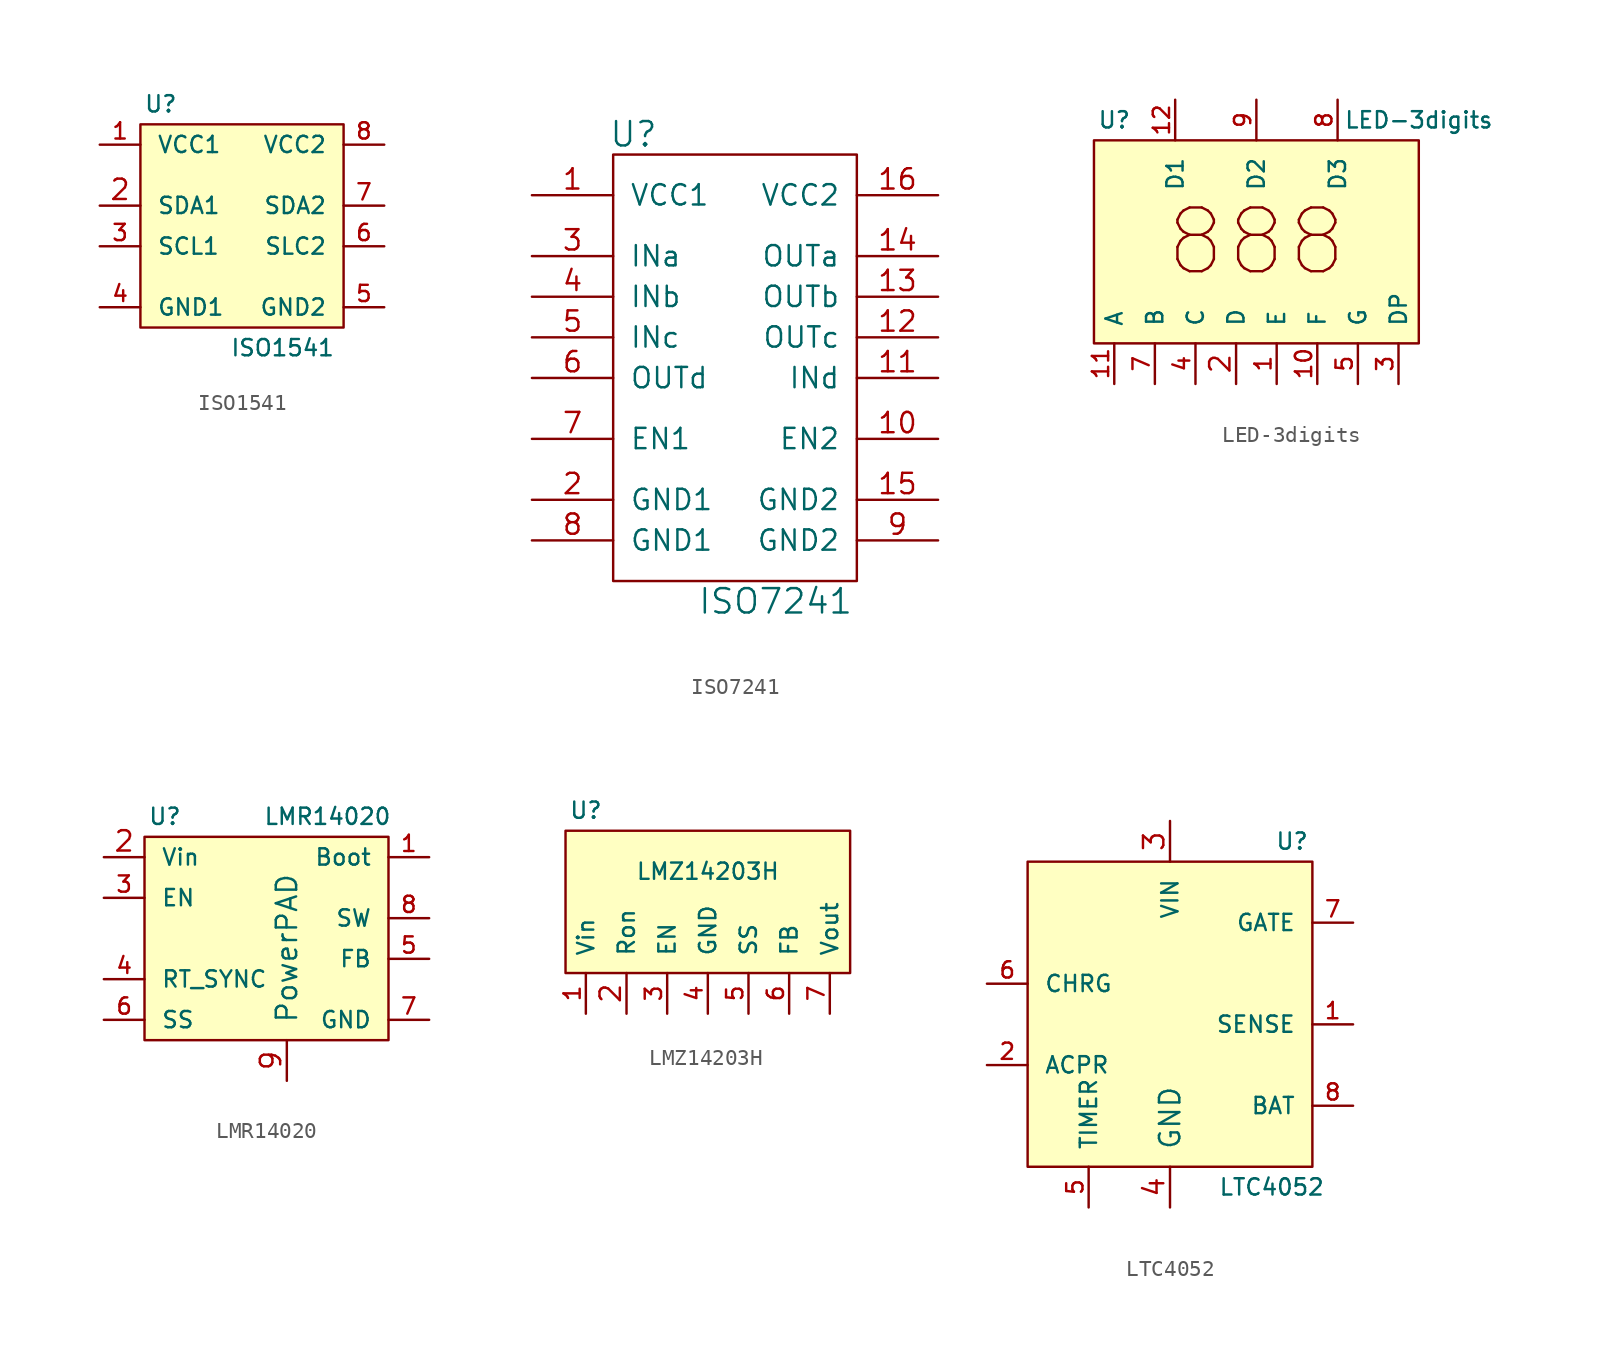
<source format=kicad_sym>
(kicad_symbol_lib
  (version 20211014)
  (generator kicad_symbol_editor)
  (symbol "ISO1541"
    (pin_names
      (offset 1.016))
    (property "Reference" "U"
      (at -5.08 7.62 0)
      (effects (font (size 1.016 1.016))))
    (property "Value" "ISO1541"
      (at 2.54 -7.62 0)
      (effects (font (size 1.016 1.016))))
    (property "Footprint" ""
      (at 0 0 0)
      (effects (font (size 1.524 1.524))))
    (property "Datasheet" ""
      (at 0 0 0)
      (effects (font (size 1.524 1.524))))
    (symbol "ISO1541_0_1"
      (polyline (pts (xy -6.35 6.35) (xy 6.35 6.35) (xy 6.35 -6.35) (xy -6.35 -6.35) (xy -6.35 6.35)) (stroke (width 0) (type default) (color 0 0 0 0)) (fill (type background))))
    (symbol "ISO1541_1_1"
      (pin power_in line (at -8.89 5.08 0) (length 2.54) (name "VCC1" (effects (font (size 1.016 1.016)))) (number "1" (effects (font (size 1.016 1.016)))))
      (pin bidirectional line (at -8.89 1.27 0) (length 2.54) (name "SDA1" (effects (font (size 1.016 1.016)))) (number "2" (effects (font (size 1.27 1.27)))))
      (pin input line (at -8.89 -1.27 0) (length 2.54) (name "SCL1" (effects (font (size 1.016 1.016)))) (number "3" (effects (font (size 1.016 1.016)))))
      (pin power_in line (at -8.89 -5.08 0) (length 2.54) (name "GND1" (effects (font (size 1.016 1.016)))) (number "4" (effects (font (size 1.016 1.016)))))
      (pin power_in line (at 8.89 -5.08 180) (length 2.54) (name "GND2" (effects (font (size 1.016 1.016)))) (number "5" (effects (font (size 1.016 1.016)))))
      (pin output line (at 8.89 -1.27 180) (length 2.54) (name "SLC2" (effects (font (size 1.016 1.016)))) (number "6" (effects (font (size 1.016 1.016)))))
      (pin bidirectional line (at 8.89 1.27 180) (length 2.54) (name "SDA2" (effects (font (size 1.016 1.016)))) (number "7" (effects (font (size 1.016 1.016)))))
      (pin power_in line (at 8.89 5.08 180) (length 2.54) (name "VCC2" (effects (font (size 1.016 1.016)))) (number "8" (effects (font (size 1.016 1.016)))))))
  (symbol "ISO7241"
    (pin_names
      (offset 1.016))
    (property "Reference" "U"
      (at -6.35 13.97 0)
      (effects (font (size 1.524 1.524))))
    (property "Value" "ISO7241"
      (at 2.54 -15.24 0)
      (effects (font (size 1.524 1.524))))
    (property "Footprint" ""
      (at 0 -1.27 0)
      (effects (font (size 1.524 1.524))))
    (property "Datasheet" ""
      (at 0 -1.27 0)
      (effects (font (size 1.524 1.524))))
    (symbol "ISO7241_0_1"
      (polyline (pts (xy -7.62 12.7) (xy 7.62 12.7) (xy 7.62 -13.97) (xy -7.62 -13.97) (xy -7.62 12.7)) (stroke (width 0) (type default) (color 0 0 0 0)) (fill (type none))))
    (symbol "ISO7241_1_1"
      (pin power_in line (at -12.7 10.16 0) (length 5.08) (name "VCC1" (effects (font (size 1.27 1.27)))) (number "1" (effects (font (size 1.27 1.27)))))
      (pin input line (at 12.7 -5.08 180) (length 5.08) (name "EN2" (effects (font (size 1.27 1.27)))) (number "10" (effects (font (size 1.27 1.27)))))
      (pin input line (at 12.7 -1.27 180) (length 5.08) (name "INd" (effects (font (size 1.27 1.27)))) (number "11" (effects (font (size 1.27 1.27)))))
      (pin output line (at 12.7 1.27 180) (length 5.08) (name "OUTc" (effects (font (size 1.27 1.27)))) (number "12" (effects (font (size 1.27 1.27)))))
      (pin output line (at 12.7 3.81 180) (length 5.08) (name "OUTb" (effects (font (size 1.27 1.27)))) (number "13" (effects (font (size 1.27 1.27)))))
      (pin output line (at 12.7 6.35 180) (length 5.08) (name "OUTa" (effects (font (size 1.27 1.27)))) (number "14" (effects (font (size 1.27 1.27)))))
      (pin power_in line (at 12.7 -8.89 180) (length 5.08) (name "GND2" (effects (font (size 1.27 1.27)))) (number "15" (effects (font (size 1.27 1.27)))))
      (pin power_in line (at 12.7 10.16 180) (length 5.08) (name "VCC2" (effects (font (size 1.27 1.27)))) (number "16" (effects (font (size 1.27 1.27)))))
      (pin power_in line (at -12.7 -8.89 0) (length 5.08) (name "GND1" (effects (font (size 1.27 1.27)))) (number "2" (effects (font (size 1.27 1.27)))))
      (pin input line (at -12.7 6.35 0) (length 5.08) (name "INa" (effects (font (size 1.27 1.27)))) (number "3" (effects (font (size 1.27 1.27)))))
      (pin input line (at -12.7 3.81 0) (length 5.08) (name "INb" (effects (font (size 1.27 1.27)))) (number "4" (effects (font (size 1.27 1.27)))))
      (pin input line (at -12.7 1.27 0) (length 5.08) (name "INc" (effects (font (size 1.27 1.27)))) (number "5" (effects (font (size 1.27 1.27)))))
      (pin output line (at -12.7 -1.27 0) (length 5.08) (name "OUTd" (effects (font (size 1.27 1.27)))) (number "6" (effects (font (size 1.27 1.27)))))
      (pin input line (at -12.7 -5.08 0) (length 5.08) (name "EN1" (effects (font (size 1.27 1.27)))) (number "7" (effects (font (size 1.27 1.27)))))
      (pin power_in line (at -12.7 -11.43 0) (length 5.08) (name "GND1" (effects (font (size 1.27 1.27)))) (number "8" (effects (font (size 1.27 1.27)))))
      (pin power_in line (at 12.7 -11.43 180) (length 5.08) (name "GND2" (effects (font (size 1.27 1.27)))) (number "9" (effects (font (size 1.27 1.27)))))))
  (symbol "LED-3digits"
    (pin_names
      (offset 1.016))
    (property "Reference" "U"
      (at -8.89 7.62 0)
      (effects (font (size 1.016 1.016))))
    (property "Value" "LED-3digits"
      (at 10.16 7.62 0)
      (effects (font (size 1.016 1.016))))
    (property "Footprint" ""
      (at 0 0 0)
      (effects (font (size 1.524 1.524))))
    (property "Datasheet" ""
      (at 0 0 0)
      (effects (font (size 1.524 1.524))))
    (symbol "LED-3digits_0_0"
      (text "888" (at 0 0 0) (effects (font (size 3.988 3.988)))))
    (symbol "LED-3digits_0_1"
      (polyline (pts (xy -10.16 6.35) (xy 10.16 6.35) (xy 10.16 -6.35) (xy -10.16 -6.35) (xy -10.16 6.35)) (stroke (width 0) (type default) (color 0 0 0 0)) (fill (type background))))
    (symbol "LED-3digits_1_1"
      (pin input line (at 1.27 -8.89 90) (length 2.54) (name "E" (effects (font (size 1.016 1.016)))) (number "1" (effects (font (size 1.016 1.016)))))
      (pin input line (at 3.81 -8.89 90) (length 2.54) (name "F" (effects (font (size 1.016 1.016)))) (number "10" (effects (font (size 1.016 1.016)))))
      (pin input line (at -8.89 -8.89 90) (length 2.54) (name "A" (effects (font (size 1.016 1.016)))) (number "11" (effects (font (size 1.016 1.016)))))
      (pin input line (at -5.08 8.89 270) (length 2.54) (name "D1" (effects (font (size 1.016 1.016)))) (number "12" (effects (font (size 1.016 1.016)))))
      (pin input line (at -1.27 -8.89 90) (length 2.54) (name "D" (effects (font (size 1.016 1.016)))) (number "2" (effects (font (size 1.27 1.27)))))
      (pin input line (at 8.89 -8.89 90) (length 2.54) (name "DP" (effects (font (size 1.016 1.016)))) (number "3" (effects (font (size 1.016 1.016)))))
      (pin input line (at -3.81 -8.89 90) (length 2.54) (name "C" (effects (font (size 1.016 1.016)))) (number "4" (effects (font (size 1.016 1.016)))))
      (pin input line (at 6.35 -8.89 90) (length 2.54) (name "G" (effects (font (size 1.016 1.016)))) (number "5" (effects (font (size 1.016 1.016)))))
      (pin input line (at -6.35 -8.89 90) (length 2.54) (name "B" (effects (font (size 1.016 1.016)))) (number "7" (effects (font (size 1.016 1.016)))))
      (pin input line (at 5.08 8.89 270) (length 2.54) (name "D3" (effects (font (size 1.016 1.016)))) (number "8" (effects (font (size 1.016 1.016)))))
      (pin input line (at 0 8.89 270) (length 2.54) (name "D2" (effects (font (size 1.016 1.016)))) (number "9" (effects (font (size 1.016 1.016)))))))
  (symbol "LMR14020"
    (pin_names
      (offset 1.016))
    (property "Reference" "U"
      (at -6.35 7.62 0)
      (effects (font (size 1.016 1.016))))
    (property "Value" "LMR14020"
      (at 3.81 7.62 0)
      (effects (font (size 1.016 1.016))))
    (property "Footprint" ""
      (at 0 0 0)
      (effects (font (size 1.524 1.524))))
    (property "Datasheet" ""
      (at 0 0 0)
      (effects (font (size 1.524 1.524))))
    (symbol "LMR14020_0_1"
      (polyline (pts (xy -7.62 6.35) (xy 7.62 6.35) (xy 7.62 -6.35) (xy -7.62 -6.35) (xy -7.62 6.35)) (stroke (width 0) (type default) (color 0 0 0 0)) (fill (type background))))
    (symbol "LMR14020_1_1"
      (pin passive line (at 10.16 5.08 180) (length 2.54) (name "Boot" (effects (font (size 1.016 1.016)))) (number "1" (effects (font (size 1.016 1.016)))))
      (pin power_in line (at -10.16 5.08 0) (length 2.54) (name "Vin" (effects (font (size 1.016 1.016)))) (number "2" (effects (font (size 1.27 1.27)))))
      (pin input line (at -10.16 2.54 0) (length 2.54) (name "EN" (effects (font (size 1.016 1.016)))) (number "3" (effects (font (size 1.016 1.016)))))
      (pin passive line (at -10.16 -2.54 0) (length 2.54) (name "RT_SYNC" (effects (font (size 1.016 1.016)))) (number "4" (effects (font (size 1.016 1.016)))))
      (pin input line (at 10.16 -1.27 180) (length 2.54) (name "FB" (effects (font (size 1.016 1.016)))) (number "5" (effects (font (size 1.016 1.016)))))
      (pin passive line (at -10.16 -5.08 0) (length 2.54) (name "SS" (effects (font (size 1.016 1.016)))) (number "6" (effects (font (size 1.016 1.016)))))
      (pin power_in line (at 10.16 -5.08 180) (length 2.54) (name "GND" (effects (font (size 1.016 1.016)))) (number "7" (effects (font (size 1.016 1.016)))))
      (pin output line (at 10.16 1.27 180) (length 2.54) (name "SW" (effects (font (size 1.016 1.016)))) (number "8" (effects (font (size 1.016 1.016)))))
      (pin power_in line (at 1.27 -8.89 90) (length 2.54) (name "PowerPAD" (effects (font (size 1.27 1.27)))) (number "9" (effects (font (size 1.27 1.27)))))))
  (symbol "LMZ14203H"
    (pin_names
      (offset 1.016))
    (property "Reference" "U"
      (at -7.62 6.35 0)
      (effects (font (size 1.016 1.016))))
    (property "Value" "LMZ14203H"
      (at 0 2.54 0)
      (effects (font (size 1.016 1.016))))
    (property "Footprint" ""
      (at 0 0 0)
      (effects (font (size 1.524 1.524))))
    (property "Datasheet" ""
      (at 0 0 0)
      (effects (font (size 1.524 1.524))))
    (symbol "LMZ14203H_0_1"
      (polyline (pts (xy -8.89 5.08) (xy 8.89 5.08) (xy 8.89 -3.81) (xy -8.89 -3.81) (xy -8.89 5.08)) (stroke (width 0) (type default) (color 0 0 0 0)) (fill (type background))))
    (symbol "LMZ14203H_1_1"
      (pin power_in line (at -7.62 -6.35 90) (length 2.54) (name "Vin" (effects (font (size 1.016 1.016)))) (number "1" (effects (font (size 1.016 1.016)))))
      (pin unspecified line (at -5.08 -6.35 90) (length 2.54) (name "Ron" (effects (font (size 1.016 1.016)))) (number "2" (effects (font (size 1.27 1.27)))))
      (pin input line (at -2.54 -6.35 90) (length 2.54) (name "EN" (effects (font (size 1.016 1.016)))) (number "3" (effects (font (size 1.016 1.016)))))
      (pin power_in line (at 0 -6.35 90) (length 2.54) (name "GND" (effects (font (size 1.016 1.016)))) (number "4" (effects (font (size 1.016 1.016)))))
      (pin input line (at 2.54 -6.35 90) (length 2.54) (name "SS" (effects (font (size 1.016 1.016)))) (number "5" (effects (font (size 1.016 1.016)))))
      (pin input line (at 5.08 -6.35 90) (length 2.54) (name "FB" (effects (font (size 1.016 1.016)))) (number "6" (effects (font (size 1.016 1.016)))))
      (pin output line (at 7.62 -6.35 90) (length 2.54) (name "Vout" (effects (font (size 1.016 1.016)))) (number "7" (effects (font (size 1.016 1.016)))))))
  (symbol "LTC4052"
    (pin_names
      (offset 1.016))
    (property "Reference" "U"
      (at 7.62 11.43 0)
      (effects (font (size 1.016 1.016))))
    (property "Value" "LTC4052"
      (at 6.35 -10.16 0)
      (effects (font (size 1.016 1.016))))
    (property "Footprint" ""
      (at 0 0 0)
      (effects (font (size 1.524 1.524))))
    (property "Datasheet" ""
      (at 0 0 0)
      (effects (font (size 1.524 1.524))))
    (symbol "LTC4052_0_1"
      (polyline (pts (xy -8.89 10.16) (xy 8.89 10.16) (xy 8.89 -8.89) (xy -8.89 -8.89) (xy -8.89 10.16)) (stroke (width 0) (type default) (color 0 0 0 0)) (fill (type background))))
    (symbol "LTC4052_1_1"
      (pin input line (at 11.43 0 180) (length 2.54) (name "SENSE" (effects (font (size 1.016 1.016)))) (number "1" (effects (font (size 1.016 1.016)))))
      (pin open_emitter line (at -11.43 -2.54 0) (length 2.54) (name "ACPR" (effects (font (size 1.016 1.016)))) (number "2" (effects (font (size 1.016 1.016)))))
      (pin power_in line (at 0 12.7 270) (length 2.54) (name "VIN" (effects (font (size 1.016 1.016)))) (number "3" (effects (font (size 1.27 1.27)))))
      (pin power_in line (at 0 -11.43 90) (length 2.54) (name "GND" (effects (font (size 1.27 1.27)))) (number "4" (effects (font (size 1.27 1.27)))))
      (pin passive line (at -5.08 -11.43 90) (length 2.54) (name "TIMER" (effects (font (size 1.016 1.016)))) (number "5" (effects (font (size 1.016 1.016)))))
      (pin open_emitter line (at -11.43 2.54 0) (length 2.54) (name "CHRG" (effects (font (size 1.016 1.016)))) (number "6" (effects (font (size 1.016 1.016)))))
      (pin output line (at 11.43 6.35 180) (length 2.54) (name "GATE" (effects (font (size 1.016 1.016)))) (number "7" (effects (font (size 1.016 1.016)))))
      (pin power_out line (at 11.43 -5.08 180) (length 2.54) (name "BAT" (effects (font (size 1.016 1.016)))) (number "8" (effects (font (size 1.016 1.016))))))))
</source>
